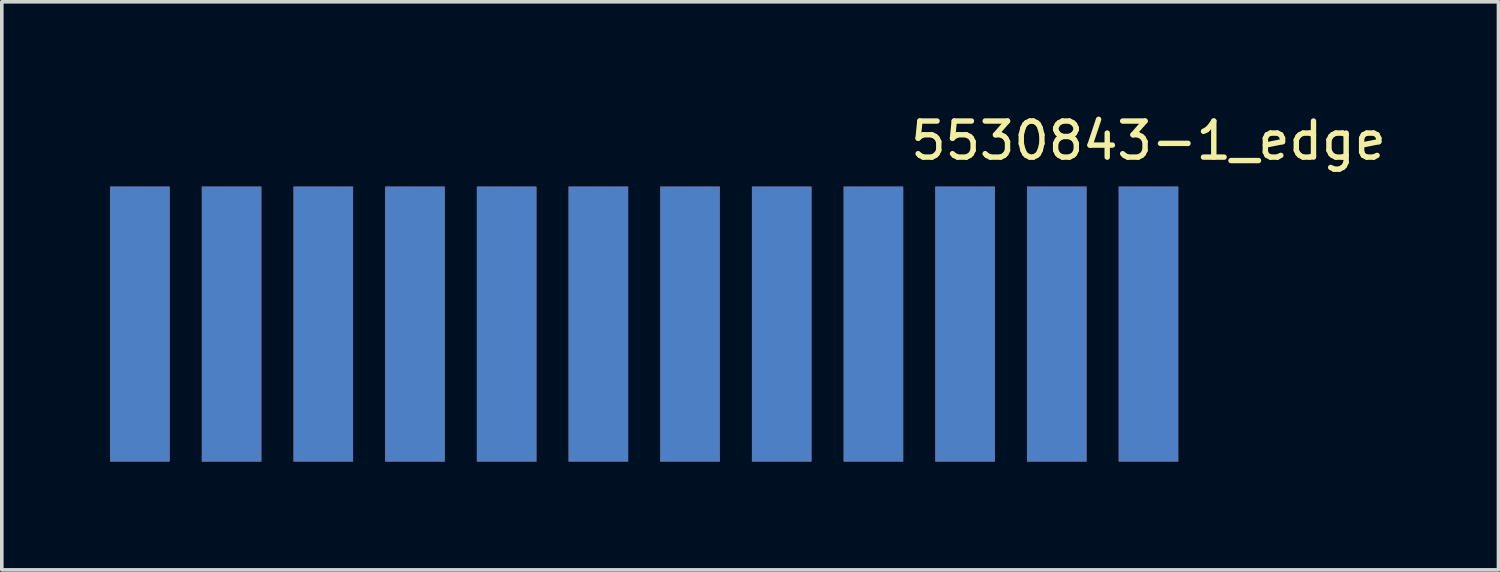
<source format=kicad_pcb>
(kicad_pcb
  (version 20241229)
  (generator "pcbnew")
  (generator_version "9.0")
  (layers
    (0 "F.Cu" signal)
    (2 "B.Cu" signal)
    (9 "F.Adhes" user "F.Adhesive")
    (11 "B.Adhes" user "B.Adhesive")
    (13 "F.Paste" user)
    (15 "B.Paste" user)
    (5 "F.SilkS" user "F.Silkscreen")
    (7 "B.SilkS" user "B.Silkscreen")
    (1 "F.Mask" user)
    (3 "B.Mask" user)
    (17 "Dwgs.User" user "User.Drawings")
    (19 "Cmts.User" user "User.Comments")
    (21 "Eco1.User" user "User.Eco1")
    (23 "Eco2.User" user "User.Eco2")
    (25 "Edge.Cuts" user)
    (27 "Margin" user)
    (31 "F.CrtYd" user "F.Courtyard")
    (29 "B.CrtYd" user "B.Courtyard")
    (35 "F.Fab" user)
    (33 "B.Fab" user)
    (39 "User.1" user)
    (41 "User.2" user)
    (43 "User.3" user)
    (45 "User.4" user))
  (footprint "5530843-1_edge"
    (layer "F.Cu")
    (at 14.796 5.928)
    (property "Reference" "5530843-1_edge" (at 13.97 -5.08 0) (layer "F.SilkS") (effects (font (size 1 1) (thickness 0.15))))
    (attr through_hole)
    (pad "1" smd rect (at -13.97 0) (size 1.651 7.62) (layers "F.Cu" "F.Mask" "F.Paste"))
    (pad "2" smd rect (at -13.97 0) (size 1.651 7.62) (layers "B.Cu" "B.Mask" "B.Paste"))
    (pad "3" smd rect (at -11.43 0) (size 1.651 7.62) (layers "F.Cu" "F.Mask" "F.Paste"))
    (pad "4" smd rect (at -11.43 0) (size 1.651 7.62) (layers "B.Cu" "B.Mask" "B.Paste"))
    (pad "5" smd rect (at -8.89 0) (size 1.651 7.62) (layers "F.Cu" "F.Mask" "F.Paste"))
    (pad "6" smd rect (at -8.89 0) (size 1.651 7.62) (layers "B.Cu" "B.Mask" "B.Paste"))
    (pad "7" smd rect (at -6.35 0) (size 1.651 7.62) (layers "F.Cu" "F.Mask" "F.Paste"))
    (pad "8" smd rect (at -6.35 0) (size 1.651 7.62) (layers "B.Cu" "B.Mask" "B.Paste"))
    (pad "9" smd rect (at -3.81 0) (size 1.651 7.62) (layers "F.Cu" "F.Mask" "F.Paste"))
    (pad "10" smd rect (at -3.81 0) (size 1.651 7.62) (layers "B.Cu" "B.Mask" "B.Paste"))
    (pad "11" smd rect (at -1.27 0) (size 1.651 7.62) (layers "F.Cu" "F.Mask" "F.Paste"))
    (pad "12" smd rect (at -1.27 0) (size 1.651 7.62) (layers "B.Cu" "B.Mask" "B.Paste"))
    (pad "13" smd rect (at 1.27 0) (size 1.651 7.62) (layers "F.Cu" "F.Mask" "F.Paste"))
    (pad "14" smd rect (at 1.27 0) (size 1.651 7.62) (layers "B.Cu" "B.Mask" "B.Paste"))
    (pad "15" smd rect (at 3.81 0) (size 1.651 7.62) (layers "F.Cu" "F.Mask" "F.Paste"))
    (pad "16" smd rect (at 3.81 0) (size 1.651 7.62) (layers "B.Cu" "B.Mask" "B.Paste"))
    (pad "17" smd rect (at 6.35 0) (size 1.651 7.62) (layers "F.Cu" "F.Mask" "F.Paste"))
    (pad "18" smd rect (at 6.35 0) (size 1.651 7.62) (layers "B.Cu" "B.Mask" "B.Paste"))
    (pad "19" smd rect (at 8.89 0) (size 1.651 7.62) (layers "F.Cu" "F.Mask" "F.Paste"))
    (pad "20" smd rect (at 8.89 0) (size 1.651 7.62) (layers "B.Cu" "B.Mask" "B.Paste"))
    (pad "21" smd rect (at 11.43 0) (size 1.651 7.62) (layers "F.Cu" "F.Mask" "F.Paste"))
    (pad "22" smd rect (at 11.43 0) (size 1.651 7.62) (layers "B.Cu" "B.Mask" "B.Paste"))
    (pad "23" smd rect (at 13.97 0) (size 1.651 7.62) (layers "F.Cu" "F.Mask" "F.Paste"))
    (pad "24" smd rect (at 13.97 0) (size 1.651 7.62) (layers "B.Cu" "B.Mask" "B.Paste")))
  (gr_rect
    (start -3 -3)
    (end 38.462 12.738)
    (stroke (width 0.1) (type default))
    (fill no)
    (layer "Edge.Cuts")))
</source>
